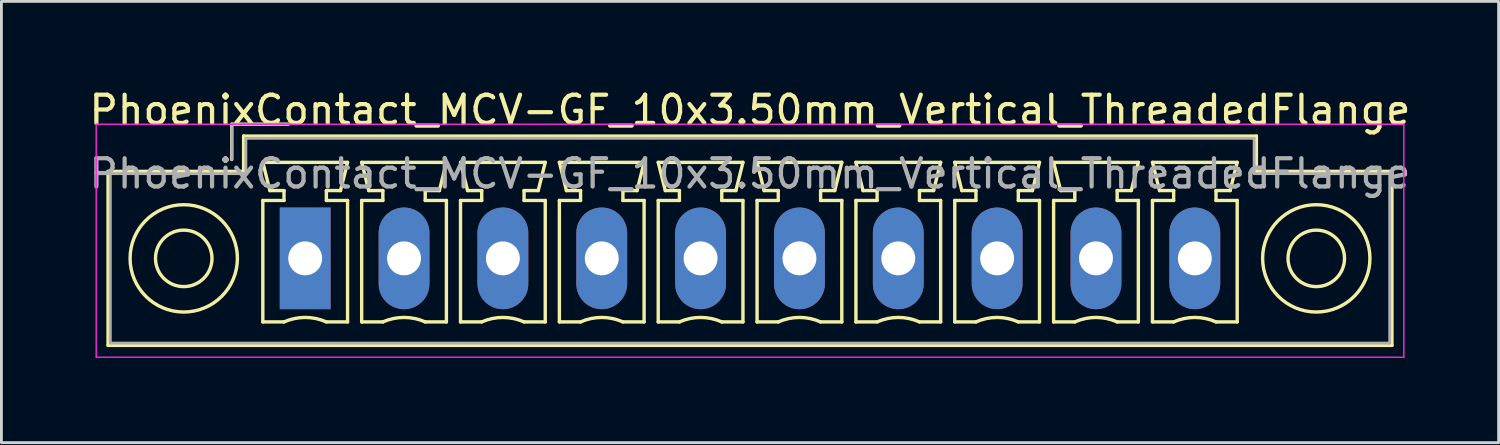
<source format=kicad_pcb>
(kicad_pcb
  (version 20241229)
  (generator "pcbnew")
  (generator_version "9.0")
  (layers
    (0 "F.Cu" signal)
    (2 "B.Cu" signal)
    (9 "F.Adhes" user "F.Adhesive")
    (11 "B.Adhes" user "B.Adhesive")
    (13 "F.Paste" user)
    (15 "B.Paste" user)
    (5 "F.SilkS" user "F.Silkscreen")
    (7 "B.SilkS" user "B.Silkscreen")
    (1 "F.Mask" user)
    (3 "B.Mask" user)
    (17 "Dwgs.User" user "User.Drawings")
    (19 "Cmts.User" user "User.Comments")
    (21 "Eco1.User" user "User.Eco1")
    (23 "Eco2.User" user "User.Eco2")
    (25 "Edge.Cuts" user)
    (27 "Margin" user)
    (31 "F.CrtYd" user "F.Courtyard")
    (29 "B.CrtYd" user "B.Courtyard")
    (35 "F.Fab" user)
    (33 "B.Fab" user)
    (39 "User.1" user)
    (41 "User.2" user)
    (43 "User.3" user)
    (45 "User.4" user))
  (footprint "PhoenixContact_MCV-GF_10x3.50mm_Vertical_ThreadedFlange"
    (layer "F.Cu")
    (at 7.756 6.098)
    (property "Reference" "PhoenixContact_MCV-GF_10x3.50mm_Vertical_ThreadedFlange" (at 15.75 -5.25 0) (layer "F.SilkS") (effects (font (size 1 1) (thickness 0.15))))
    (attr through_hole)
    (fp_line (start -6.98 -3.08) (end -6.98 3.08) (stroke (width 0.12) (type solid)) (layer "F.SilkS"))
    (fp_line (start -6.98 3.08) (end 38.48 3.08) (stroke (width 0.12) (type solid)) (layer "F.SilkS"))
    (fp_line (start -2.6 -4.75) (end -0.6 -4.75) (stroke (width 0.12) (type solid)) (layer "F.SilkS"))
    (fp_line (start -2.6 -3.5) (end -2.6 -4.75) (stroke (width 0.12) (type solid)) (layer "F.SilkS"))
    (fp_line (start -2.18 -4.33) (end -2.18 -3.08) (stroke (width 0.12) (type solid)) (layer "F.SilkS"))
    (fp_line (start -2.18 -3.08) (end -6.98 -3.08) (stroke (width 0.12) (type solid)) (layer "F.SilkS"))
    (fp_line (start -1.5 -3.4) (end 1.5 -3.4) (stroke (width 0.12) (type solid)) (layer "F.SilkS"))
    (fp_line (start -1.5 -2.05) (end -0.75 -2.05) (stroke (width 0.12) (type solid)) (layer "F.SilkS"))
    (fp_line (start -1.5 2.25) (end -1.5 -2.05) (stroke (width 0.12) (type solid)) (layer "F.SilkS"))
    (fp_line (start -1.25 -2.4) (end -1.5 -3.4) (stroke (width 0.12) (type solid)) (layer "F.SilkS"))
    (fp_line (start -0.75 -2.4) (end -1.25 -2.4) (stroke (width 0.12) (type solid)) (layer "F.SilkS"))
    (fp_line (start -0.75 -2.05) (end -0.75 -2.4) (stroke (width 0.12) (type solid)) (layer "F.SilkS"))
    (fp_line (start -0.75 2.25) (end -1.5 2.25) (stroke (width 0.12) (type solid)) (layer "F.SilkS"))
    (fp_line (start 0.75 -2.4) (end 0.75 -2.05) (stroke (width 0.12) (type solid)) (layer "F.SilkS"))
    (fp_line (start 0.75 -2.05) (end 1.5 -2.05) (stroke (width 0.12) (type solid)) (layer "F.SilkS"))
    (fp_line (start 1.25 -2.4) (end 0.75 -2.4) (stroke (width 0.12) (type solid)) (layer "F.SilkS"))
    (fp_line (start 1.5 -3.4) (end 1.25 -2.4) (stroke (width 0.12) (type solid)) (layer "F.SilkS"))
    (fp_line (start 1.5 -2.05) (end 1.5 2.25) (stroke (width 0.12) (type solid)) (layer "F.SilkS"))
    (fp_line (start 1.5 2.25) (end 0.75 2.25) (stroke (width 0.12) (type solid)) (layer "F.SilkS"))
    (fp_line (start 2 -3.4) (end 5 -3.4) (stroke (width 0.12) (type solid)) (layer "F.SilkS"))
    (fp_line (start 2 -2.05) (end 2.75 -2.05) (stroke (width 0.12) (type solid)) (layer "F.SilkS"))
    (fp_line (start 2 2.25) (end 2 -2.05) (stroke (width 0.12) (type solid)) (layer "F.SilkS"))
    (fp_line (start 2.25 -2.4) (end 2 -3.4) (stroke (width 0.12) (type solid)) (layer "F.SilkS"))
    (fp_line (start 2.75 -2.4) (end 2.25 -2.4) (stroke (width 0.12) (type solid)) (layer "F.SilkS"))
    (fp_line (start 2.75 -2.05) (end 2.75 -2.4) (stroke (width 0.12) (type solid)) (layer "F.SilkS"))
    (fp_line (start 2.75 2.25) (end 2 2.25) (stroke (width 0.12) (type solid)) (layer "F.SilkS"))
    (fp_line (start 4.25 -2.4) (end 4.25 -2.05) (stroke (width 0.12) (type solid)) (layer "F.SilkS"))
    (fp_line (start 4.25 -2.05) (end 5 -2.05) (stroke (width 0.12) (type solid)) (layer "F.SilkS"))
    (fp_line (start 4.75 -2.4) (end 4.25 -2.4) (stroke (width 0.12) (type solid)) (layer "F.SilkS"))
    (fp_line (start 5 -3.4) (end 4.75 -2.4) (stroke (width 0.12) (type solid)) (layer "F.SilkS"))
    (fp_line (start 5 -2.05) (end 5 2.25) (stroke (width 0.12) (type solid)) (layer "F.SilkS"))
    (fp_line (start 5 2.25) (end 4.25 2.25) (stroke (width 0.12) (type solid)) (layer "F.SilkS"))
    (fp_line (start 5.5 -3.4) (end 8.5 -3.4) (stroke (width 0.12) (type solid)) (layer "F.SilkS"))
    (fp_line (start 5.5 -2.05) (end 6.25 -2.05) (stroke (width 0.12) (type solid)) (layer "F.SilkS"))
    (fp_line (start 5.5 2.25) (end 5.5 -2.05) (stroke (width 0.12) (type solid)) (layer "F.SilkS"))
    (fp_line (start 5.75 -2.4) (end 5.5 -3.4) (stroke (width 0.12) (type solid)) (layer "F.SilkS"))
    (fp_line (start 6.25 -2.4) (end 5.75 -2.4) (stroke (width 0.12) (type solid)) (layer "F.SilkS"))
    (fp_line (start 6.25 -2.05) (end 6.25 -2.4) (stroke (width 0.12) (type solid)) (layer "F.SilkS"))
    (fp_line (start 6.25 2.25) (end 5.5 2.25) (stroke (width 0.12) (type solid)) (layer "F.SilkS"))
    (fp_line (start 7.75 -2.4) (end 7.75 -2.05) (stroke (width 0.12) (type solid)) (layer "F.SilkS"))
    (fp_line (start 7.75 -2.05) (end 8.5 -2.05) (stroke (width 0.12) (type solid)) (layer "F.SilkS"))
    (fp_line (start 8.25 -2.4) (end 7.75 -2.4) (stroke (width 0.12) (type solid)) (layer "F.SilkS"))
    (fp_line (start 8.5 -3.4) (end 8.25 -2.4) (stroke (width 0.12) (type solid)) (layer "F.SilkS"))
    (fp_line (start 8.5 -2.05) (end 8.5 2.25) (stroke (width 0.12) (type solid)) (layer "F.SilkS"))
    (fp_line (start 8.5 2.25) (end 7.75 2.25) (stroke (width 0.12) (type solid)) (layer "F.SilkS"))
    (fp_line (start 9 -3.4) (end 12 -3.4) (stroke (width 0.12) (type solid)) (layer "F.SilkS"))
    (fp_line (start 9 -2.05) (end 9.75 -2.05) (stroke (width 0.12) (type solid)) (layer "F.SilkS"))
    (fp_line (start 9 2.25) (end 9 -2.05) (stroke (width 0.12) (type solid)) (layer "F.SilkS"))
    (fp_line (start 9.25 -2.4) (end 9 -3.4) (stroke (width 0.12) (type solid)) (layer "F.SilkS"))
    (fp_line (start 9.75 -2.4) (end 9.25 -2.4) (stroke (width 0.12) (type solid)) (layer "F.SilkS"))
    (fp_line (start 9.75 -2.05) (end 9.75 -2.4) (stroke (width 0.12) (type solid)) (layer "F.SilkS"))
    (fp_line (start 9.75 2.25) (end 9 2.25) (stroke (width 0.12) (type solid)) (layer "F.SilkS"))
    (fp_line (start 11.25 -2.4) (end 11.25 -2.05) (stroke (width 0.12) (type solid)) (layer "F.SilkS"))
    (fp_line (start 11.25 -2.05) (end 12 -2.05) (stroke (width 0.12) (type solid)) (layer "F.SilkS"))
    (fp_line (start 11.75 -2.4) (end 11.25 -2.4) (stroke (width 0.12) (type solid)) (layer "F.SilkS"))
    (fp_line (start 12 -3.4) (end 11.75 -2.4) (stroke (width 0.12) (type solid)) (layer "F.SilkS"))
    (fp_line (start 12 -2.05) (end 12 2.25) (stroke (width 0.12) (type solid)) (layer "F.SilkS"))
    (fp_line (start 12 2.25) (end 11.25 2.25) (stroke (width 0.12) (type solid)) (layer "F.SilkS"))
    (fp_line (start 12.5 -3.4) (end 15.5 -3.4) (stroke (width 0.12) (type solid)) (layer "F.SilkS"))
    (fp_line (start 12.5 -2.05) (end 13.25 -2.05) (stroke (width 0.12) (type solid)) (layer "F.SilkS"))
    (fp_line (start 12.5 2.25) (end 12.5 -2.05) (stroke (width 0.12) (type solid)) (layer "F.SilkS"))
    (fp_line (start 12.75 -2.4) (end 12.5 -3.4) (stroke (width 0.12) (type solid)) (layer "F.SilkS"))
    (fp_line (start 13.25 -2.4) (end 12.75 -2.4) (stroke (width 0.12) (type solid)) (layer "F.SilkS"))
    (fp_line (start 13.25 -2.05) (end 13.25 -2.4) (stroke (width 0.12) (type solid)) (layer "F.SilkS"))
    (fp_line (start 13.25 2.25) (end 12.5 2.25) (stroke (width 0.12) (type solid)) (layer "F.SilkS"))
    (fp_line (start 14.75 -2.4) (end 14.75 -2.05) (stroke (width 0.12) (type solid)) (layer "F.SilkS"))
    (fp_line (start 14.75 -2.05) (end 15.5 -2.05) (stroke (width 0.12) (type solid)) (layer "F.SilkS"))
    (fp_line (start 15.25 -2.4) (end 14.75 -2.4) (stroke (width 0.12) (type solid)) (layer "F.SilkS"))
    (fp_line (start 15.5 -3.4) (end 15.25 -2.4) (stroke (width 0.12) (type solid)) (layer "F.SilkS"))
    (fp_line (start 15.5 -2.05) (end 15.5 2.25) (stroke (width 0.12) (type solid)) (layer "F.SilkS"))
    (fp_line (start 15.5 2.25) (end 14.75 2.25) (stroke (width 0.12) (type solid)) (layer "F.SilkS"))
    (fp_line (start 16 -3.4) (end 19 -3.4) (stroke (width 0.12) (type solid)) (layer "F.SilkS"))
    (fp_line (start 16 -2.05) (end 16.75 -2.05) (stroke (width 0.12) (type solid)) (layer "F.SilkS"))
    (fp_line (start 16 2.25) (end 16 -2.05) (stroke (width 0.12) (type solid)) (layer "F.SilkS"))
    (fp_line (start 16.25 -2.4) (end 16 -3.4) (stroke (width 0.12) (type solid)) (layer "F.SilkS"))
    (fp_line (start 16.75 -2.4) (end 16.25 -2.4) (stroke (width 0.12) (type solid)) (layer "F.SilkS"))
    (fp_line (start 16.75 -2.05) (end 16.75 -2.4) (stroke (width 0.12) (type solid)) (layer "F.SilkS"))
    (fp_line (start 16.75 2.25) (end 16 2.25) (stroke (width 0.12) (type solid)) (layer "F.SilkS"))
    (fp_line (start 18.25 -2.4) (end 18.25 -2.05) (stroke (width 0.12) (type solid)) (layer "F.SilkS"))
    (fp_line (start 18.25 -2.05) (end 19 -2.05) (stroke (width 0.12) (type solid)) (layer "F.SilkS"))
    (fp_line (start 18.75 -2.4) (end 18.25 -2.4) (stroke (width 0.12) (type solid)) (layer "F.SilkS"))
    (fp_line (start 19 -3.4) (end 18.75 -2.4) (stroke (width 0.12) (type solid)) (layer "F.SilkS"))
    (fp_line (start 19 -2.05) (end 19 2.25) (stroke (width 0.12) (type solid)) (layer "F.SilkS"))
    (fp_line (start 19 2.25) (end 18.25 2.25) (stroke (width 0.12) (type solid)) (layer "F.SilkS"))
    (fp_line (start 19.5 -3.4) (end 22.5 -3.4) (stroke (width 0.12) (type solid)) (layer "F.SilkS"))
    (fp_line (start 19.5 -2.05) (end 20.25 -2.05) (stroke (width 0.12) (type solid)) (layer "F.SilkS"))
    (fp_line (start 19.5 2.25) (end 19.5 -2.05) (stroke (width 0.12) (type solid)) (layer "F.SilkS"))
    (fp_line (start 19.75 -2.4) (end 19.5 -3.4) (stroke (width 0.12) (type solid)) (layer "F.SilkS"))
    (fp_line (start 20.25 -2.4) (end 19.75 -2.4) (stroke (width 0.12) (type solid)) (layer "F.SilkS"))
    (fp_line (start 20.25 -2.05) (end 20.25 -2.4) (stroke (width 0.12) (type solid)) (layer "F.SilkS"))
    (fp_line (start 20.25 2.25) (end 19.5 2.25) (stroke (width 0.12) (type solid)) (layer "F.SilkS"))
    (fp_line (start 21.75 -2.4) (end 21.75 -2.05) (stroke (width 0.12) (type solid)) (layer "F.SilkS"))
    (fp_line (start 21.75 -2.05) (end 22.5 -2.05) (stroke (width 0.12) (type solid)) (layer "F.SilkS"))
    (fp_line (start 22.25 -2.4) (end 21.75 -2.4) (stroke (width 0.12) (type solid)) (layer "F.SilkS"))
    (fp_line (start 22.5 -3.4) (end 22.25 -2.4) (stroke (width 0.12) (type solid)) (layer "F.SilkS"))
    (fp_line (start 22.5 -2.05) (end 22.5 2.25) (stroke (width 0.12) (type solid)) (layer "F.SilkS"))
    (fp_line (start 22.5 2.25) (end 21.75 2.25) (stroke (width 0.12) (type solid)) (layer "F.SilkS"))
    (fp_line (start 23 -3.4) (end 26 -3.4) (stroke (width 0.12) (type solid)) (layer "F.SilkS"))
    (fp_line (start 23 -2.05) (end 23.75 -2.05) (stroke (width 0.12) (type solid)) (layer "F.SilkS"))
    (fp_line (start 23 2.25) (end 23 -2.05) (stroke (width 0.12) (type solid)) (layer "F.SilkS"))
    (fp_line (start 23.25 -2.4) (end 23 -3.4) (stroke (width 0.12) (type solid)) (layer "F.SilkS"))
    (fp_line (start 23.75 -2.4) (end 23.25 -2.4) (stroke (width 0.12) (type solid)) (layer "F.SilkS"))
    (fp_line (start 23.75 -2.05) (end 23.75 -2.4) (stroke (width 0.12) (type solid)) (layer "F.SilkS"))
    (fp_line (start 23.75 2.25) (end 23 2.25) (stroke (width 0.12) (type solid)) (layer "F.SilkS"))
    (fp_line (start 25.25 -2.4) (end 25.25 -2.05) (stroke (width 0.12) (type solid)) (layer "F.SilkS"))
    (fp_line (start 25.25 -2.05) (end 26 -2.05) (stroke (width 0.12) (type solid)) (layer "F.SilkS"))
    (fp_line (start 25.75 -2.4) (end 25.25 -2.4) (stroke (width 0.12) (type solid)) (layer "F.SilkS"))
    (fp_line (start 26 -3.4) (end 25.75 -2.4) (stroke (width 0.12) (type solid)) (layer "F.SilkS"))
    (fp_line (start 26 -2.05) (end 26 2.25) (stroke (width 0.12) (type solid)) (layer "F.SilkS"))
    (fp_line (start 26 2.25) (end 25.25 2.25) (stroke (width 0.12) (type solid)) (layer "F.SilkS"))
    (fp_line (start 26.5 -3.4) (end 29.5 -3.4) (stroke (width 0.12) (type solid)) (layer "F.SilkS"))
    (fp_line (start 26.5 -2.05) (end 27.25 -2.05) (stroke (width 0.12) (type solid)) (layer "F.SilkS"))
    (fp_line (start 26.5 2.25) (end 26.5 -2.05) (stroke (width 0.12) (type solid)) (layer "F.SilkS"))
    (fp_line (start 26.75 -2.4) (end 26.5 -3.4) (stroke (width 0.12) (type solid)) (layer "F.SilkS"))
    (fp_line (start 27.25 -2.4) (end 26.75 -2.4) (stroke (width 0.12) (type solid)) (layer "F.SilkS"))
    (fp_line (start 27.25 -2.05) (end 27.25 -2.4) (stroke (width 0.12) (type solid)) (layer "F.SilkS"))
    (fp_line (start 27.25 2.25) (end 26.5 2.25) (stroke (width 0.12) (type solid)) (layer "F.SilkS"))
    (fp_line (start 28.75 -2.4) (end 28.75 -2.05) (stroke (width 0.12) (type solid)) (layer "F.SilkS"))
    (fp_line (start 28.75 -2.05) (end 29.5 -2.05) (stroke (width 0.12) (type solid)) (layer "F.SilkS"))
    (fp_line (start 29.25 -2.4) (end 28.75 -2.4) (stroke (width 0.12) (type solid)) (layer "F.SilkS"))
    (fp_line (start 29.5 -3.4) (end 29.25 -2.4) (stroke (width 0.12) (type solid)) (layer "F.SilkS"))
    (fp_line (start 29.5 -2.05) (end 29.5 2.25) (stroke (width 0.12) (type solid)) (layer "F.SilkS"))
    (fp_line (start 29.5 2.25) (end 28.75 2.25) (stroke (width 0.12) (type solid)) (layer "F.SilkS"))
    (fp_line (start 30 -3.4) (end 33 -3.4) (stroke (width 0.12) (type solid)) (layer "F.SilkS"))
    (fp_line (start 30 -2.05) (end 30.75 -2.05) (stroke (width 0.12) (type solid)) (layer "F.SilkS"))
    (fp_line (start 30 2.25) (end 30 -2.05) (stroke (width 0.12) (type solid)) (layer "F.SilkS"))
    (fp_line (start 30.25 -2.4) (end 30 -3.4) (stroke (width 0.12) (type solid)) (layer "F.SilkS"))
    (fp_line (start 30.75 -2.4) (end 30.25 -2.4) (stroke (width 0.12) (type solid)) (layer "F.SilkS"))
    (fp_line (start 30.75 -2.05) (end 30.75 -2.4) (stroke (width 0.12) (type solid)) (layer "F.SilkS"))
    (fp_line (start 30.75 2.25) (end 30 2.25) (stroke (width 0.12) (type solid)) (layer "F.SilkS"))
    (fp_line (start 32.25 -2.4) (end 32.25 -2.05) (stroke (width 0.12) (type solid)) (layer "F.SilkS"))
    (fp_line (start 32.25 -2.05) (end 33 -2.05) (stroke (width 0.12) (type solid)) (layer "F.SilkS"))
    (fp_line (start 32.75 -2.4) (end 32.25 -2.4) (stroke (width 0.12) (type solid)) (layer "F.SilkS"))
    (fp_line (start 33 -3.4) (end 32.75 -2.4) (stroke (width 0.12) (type solid)) (layer "F.SilkS"))
    (fp_line (start 33 -2.05) (end 33 2.25) (stroke (width 0.12) (type solid)) (layer "F.SilkS"))
    (fp_line (start 33 2.25) (end 32.25 2.25) (stroke (width 0.12) (type solid)) (layer "F.SilkS"))
    (fp_line (start 33.68 -4.33) (end -2.18 -4.33) (stroke (width 0.12) (type solid)) (layer "F.SilkS"))
    (fp_line (start 33.68 -3.08) (end 33.68 -4.33) (stroke (width 0.12) (type solid)) (layer "F.SilkS"))
    (fp_line (start 38.48 -3.08) (end 33.68 -3.08) (stroke (width 0.12) (type solid)) (layer "F.SilkS"))
    (fp_line (start 38.48 3.08) (end 38.48 -3.08) (stroke (width 0.12) (type solid)) (layer "F.SilkS"))
    (fp_arc (start -0.75 2.25) (mid -0.000193 2.09191) (end 0.749647 2.249844) (stroke (width 0.12) (type solid)) (layer "F.SilkS"))
    (fp_arc (start 2.75 2.25) (mid 3.499807 2.09191) (end 4.249647 2.249844) (stroke (width 0.12) (type solid)) (layer "F.SilkS"))
    (fp_arc (start 6.25 2.25) (mid 6.999807 2.09191) (end 7.749647 2.249844) (stroke (width 0.12) (type solid)) (layer "F.SilkS"))
    (fp_arc (start 9.75 2.25) (mid 10.499807 2.09191) (end 11.249647 2.249844) (stroke (width 0.12) (type solid)) (layer "F.SilkS"))
    (fp_arc (start 13.25 2.25) (mid 13.999807 2.09191) (end 14.749647 2.249844) (stroke (width 0.12) (type solid)) (layer "F.SilkS"))
    (fp_arc (start 16.75 2.25) (mid 17.499807 2.09191) (end 18.249647 2.249844) (stroke (width 0.12) (type solid)) (layer "F.SilkS"))
    (fp_arc (start 20.25 2.25) (mid 20.999807 2.09191) (end 21.749647 2.249844) (stroke (width 0.12) (type solid)) (layer "F.SilkS"))
    (fp_arc (start 23.75 2.25) (mid 24.499807 2.09191) (end 25.249647 2.249844) (stroke (width 0.12) (type solid)) (layer "F.SilkS"))
    (fp_arc (start 27.25 2.25) (mid 27.999807 2.09191) (end 28.749647 2.249844) (stroke (width 0.12) (type solid)) (layer "F.SilkS"))
    (fp_arc (start 30.75 2.25) (mid 31.499807 2.09191) (end 32.249647 2.249844) (stroke (width 0.12) (type solid)) (layer "F.SilkS"))
    (fp_circle (center -4.3 0) (end -3.3 0) (stroke (width 0.12) (type solid)) (fill no) (layer "F.SilkS"))
    (fp_circle (center -4.3 0) (end -2.4 0) (stroke (width 0.12) (type solid)) (fill no) (layer "F.SilkS"))
    (fp_circle (center 35.8 0) (end 36.8 0) (stroke (width 0.12) (type solid)) (fill no) (layer "F.SilkS"))
    (fp_circle (center 35.8 0) (end 37.7 0) (stroke (width 0.12) (type solid)) (fill no) (layer "F.SilkS"))
    (fp_line (start -7.4 -4.75) (end -7.4 3.5) (stroke (width 0.05) (type solid)) (layer "F.CrtYd"))
    (fp_line (start -7.4 3.5) (end 38.9 3.5) (stroke (width 0.05) (type solid)) (layer "F.CrtYd"))
    (fp_line (start 38.9 -4.75) (end -7.4 -4.75) (stroke (width 0.05) (type solid)) (layer "F.CrtYd"))
    (fp_line (start 38.9 3.5) (end 38.9 -4.75) (stroke (width 0.05) (type solid)) (layer "F.CrtYd"))
    (fp_line (start -6.9 -3) (end -6.9 3) (stroke (width 0.1) (type solid)) (layer "F.Fab"))
    (fp_line (start -6.9 3) (end 38.4 3) (stroke (width 0.1) (type solid)) (layer "F.Fab"))
    (fp_line (start -2.6 -4.75) (end -0.6 -4.75) (stroke (width 0.1) (type solid)) (layer "F.Fab"))
    (fp_line (start -2.6 -3.5) (end -2.6 -4.75) (stroke (width 0.1) (type solid)) (layer "F.Fab"))
    (fp_line (start -2.1 -4.25) (end -2.1 -3) (stroke (width 0.1) (type solid)) (layer "F.Fab"))
    (fp_line (start -2.1 -3) (end -6.9 -3) (stroke (width 0.1) (type solid)) (layer "F.Fab"))
    (fp_line (start 33.6 -4.25) (end -2.1 -4.25) (stroke (width 0.1) (type solid)) (layer "F.Fab"))
    (fp_line (start 33.6 -3) (end 33.6 -4.25) (stroke (width 0.1) (type solid)) (layer "F.Fab"))
    (fp_line (start 38.4 -3) (end 33.6 -3) (stroke (width 0.1) (type solid)) (layer "F.Fab"))
    (fp_line (start 38.4 3) (end 38.4 -3) (stroke (width 0.1) (type solid)) (layer "F.Fab"))
    (fp_text user "${REFERENCE}" (at 15.75 -3 0) (layer "F.Fab") (effects (font (size 1 1) (thickness 0.15))))
    (pad "1" thru_hole rect (at 0 0) (size 1.8 3.6) (drill 1.2) (layers "*.Cu" "*.Mask"))
    (pad "2" thru_hole oval (at 3.5 0) (size 1.8 3.6) (drill 1.2) (layers "*.Cu" "*.Mask"))
    (pad "3" thru_hole oval (at 7 0) (size 1.8 3.6) (drill 1.2) (layers "*.Cu" "*.Mask"))
    (pad "4" thru_hole oval (at 10.5 0) (size 1.8 3.6) (drill 1.2) (layers "*.Cu" "*.Mask"))
    (pad "5" thru_hole oval (at 14 0) (size 1.8 3.6) (drill 1.2) (layers "*.Cu" "*.Mask"))
    (pad "6" thru_hole oval (at 17.5 0) (size 1.8 3.6) (drill 1.2) (layers "*.Cu" "*.Mask"))
    (pad "7" thru_hole oval (at 21 0) (size 1.8 3.6) (drill 1.2) (layers "*.Cu" "*.Mask"))
    (pad "8" thru_hole oval (at 24.5 0) (size 1.8 3.6) (drill 1.2) (layers "*.Cu" "*.Mask"))
    (pad "9" thru_hole oval (at 28 0) (size 1.8 3.6) (drill 1.2) (layers "*.Cu" "*.Mask"))
    (pad "10" thru_hole oval (at 31.5 0) (size 1.8 3.6) (drill 1.2) (layers "*.Cu" "*.Mask")))
  (gr_rect
    (start -3 -3)
    (end 50.012 12.623)
    (stroke (width 0.1) (type default))
    (fill no)
    (layer "Edge.Cuts")))
</source>
